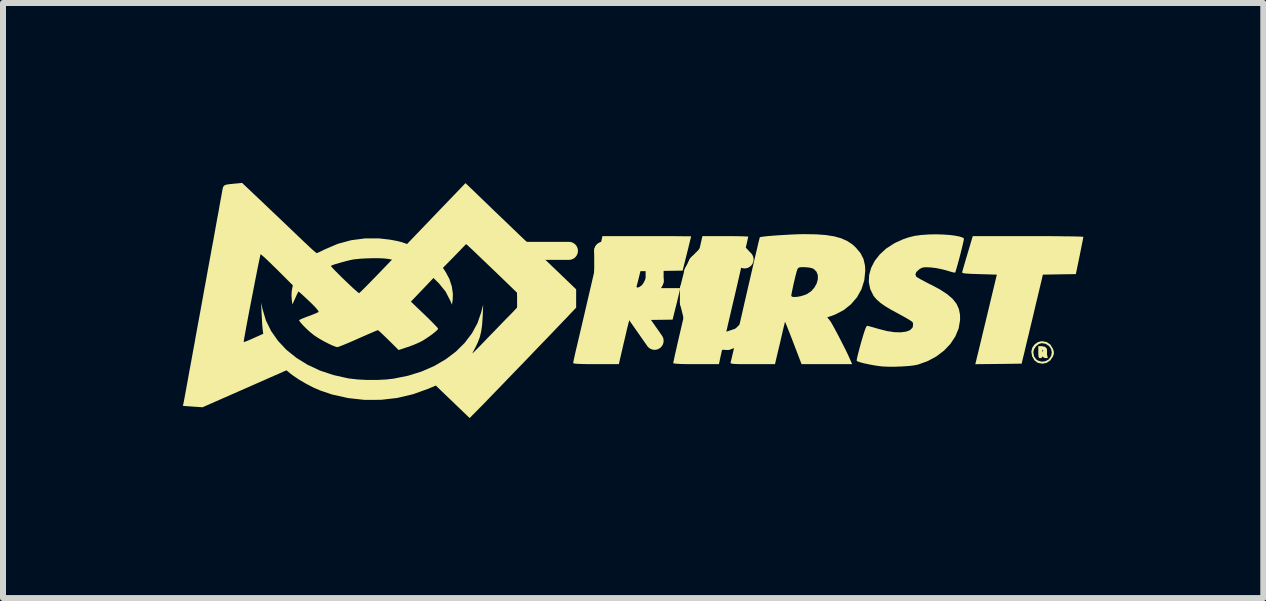
<source format=kicad_pcb>
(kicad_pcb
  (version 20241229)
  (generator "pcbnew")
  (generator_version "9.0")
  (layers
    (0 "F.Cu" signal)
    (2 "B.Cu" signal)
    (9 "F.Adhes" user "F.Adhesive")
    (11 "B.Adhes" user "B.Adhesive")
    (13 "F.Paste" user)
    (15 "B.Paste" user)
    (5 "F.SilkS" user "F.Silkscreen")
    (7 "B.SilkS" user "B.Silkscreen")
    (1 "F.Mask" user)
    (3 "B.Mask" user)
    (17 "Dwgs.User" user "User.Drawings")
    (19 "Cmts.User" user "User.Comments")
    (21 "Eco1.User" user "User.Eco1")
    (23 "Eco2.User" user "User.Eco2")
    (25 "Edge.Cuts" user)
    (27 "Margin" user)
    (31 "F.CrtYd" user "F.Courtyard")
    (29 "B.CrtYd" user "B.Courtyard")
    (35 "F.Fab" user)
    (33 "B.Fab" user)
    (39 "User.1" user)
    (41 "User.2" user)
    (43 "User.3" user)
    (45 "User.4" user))
  (footprint "FRC"
    (layer "F.Cu")
    (at 7.507 1.954)
    (property "Reference" "FRC" (at 0 0 0) (layer "F.SilkS") (effects (font (size 1.5 1.5) (thickness 0.3))))
    (attr board_only exclude_from_pos_files exclude_from_bom)
    (fp_poly (pts (xy 6.866 0.778) (xy 6.897 0.81) (xy 6.9 0.861) (xy 6.9 0.863) (xy 6.899 0.908) (xy 6.907 0.938) (xy 6.913 0.96) (xy 6.894 0.967) (xy 6.881 0.967) (xy 6.847 0.96) (xy 6.832 0.946) (xy 6.825 0.934) (xy 6.822 0.946) (xy 6.807 0.963) (xy 6.788 0.967) (xy 6.769 0.964) (xy 6.759 0.948) (xy 6.755 0.912) (xy 6.754 0.867) (xy 6.754 0.841) (xy 6.822 0.841) (xy 6.826 0.862) (xy 6.831 0.863) (xy 6.835 0.84) (xy 6.833 0.831) (xy 6.825 0.824) (xy 6.822 0.841) (xy 6.754 0.841) (xy 6.754 0.767) (xy 6.811 0.767)) (stroke (width 0) (type solid)) (fill yes) (layer "F.SilkS"))
    (fp_poly (pts (xy 6.893 0.698) (xy 6.955 0.741) (xy 6.997 0.809) (xy 6.998 0.81) (xy 7.013 0.858) (xy 7.014 0.893) (xy 7.001 0.934) (xy 6.999 0.938) (xy 6.956 1.003) (xy 6.895 1.045) (xy 6.823 1.06) (xy 6.749 1.046) (xy 6.743 1.044) (xy 6.688 1.002) (xy 6.651 0.937) (xy 6.639 0.867) (xy 6.671 0.867) (xy 6.683 0.937) (xy 6.72 0.988) (xy 6.751 1.009) (xy 6.813 1.026) (xy 6.879 1.016) (xy 6.926 0.988) (xy 6.967 0.933) (xy 6.979 0.872) (xy 6.967 0.814) (xy 6.932 0.764) (xy 6.878 0.729) (xy 6.812 0.717) (xy 6.763 0.732) (xy 6.716 0.769) (xy 6.683 0.819) (xy 6.671 0.867) (xy 6.639 0.867) (xy 6.638 0.858) (xy 6.638 0.858) (xy 6.653 0.794) (xy 6.693 0.738) (xy 6.749 0.699) (xy 6.813 0.684)) (stroke (width 0) (type solid)) (fill yes) (layer "F.SilkS"))
    (fp_poly (pts (xy 1.645 -1.067) (xy 1.741 -1.066) (xy 1.822 -1.064) (xy 1.88 -1.062) (xy 1.913 -1.06) (xy 1.918 -1.058) (xy 1.914 -1.04) (xy 1.904 -0.992) (xy 1.887 -0.918) (xy 1.865 -0.821) (xy 1.838 -0.703) (xy 1.806 -0.568) (xy 1.772 -0.419) (xy 1.735 -0.258) (xy 1.696 -0.09) (xy 1.655 0.084) (xy 1.614 0.26) (xy 1.573 0.435) (xy 1.568 0.459) (xy 1.539 0.579) (xy 1.513 0.694) (xy 1.489 0.797) (xy 1.469 0.883) (xy 1.455 0.947) (xy 1.448 0.98) (xy 1.43 1.067) (xy 1.048 1.067) (xy 0.914 1.067) (xy 0.807 1.065) (xy 0.73 1.061) (xy 0.682 1.056) (xy 0.667 1.051) (xy 0.67 1.034) (xy 0.679 0.993) (xy 0.693 0.926) (xy 0.714 0.834) (xy 0.741 0.714) (xy 0.775 0.567) (xy 0.816 0.391) (xy 0.864 0.185) (xy 0.919 -0.051) (xy 0.981 -0.319) (xy 0.992 -0.367) (xy 1.023 -0.5) (xy 1.053 -0.627) (xy 1.079 -0.741) (xy 1.102 -0.84) (xy 1.12 -0.918) (xy 1.132 -0.97) (xy 1.136 -0.988) (xy 1.154 -1.067) (xy 1.536 -1.067)) (stroke (width 0) (type solid)) (fill yes) (layer "F.SilkS"))
    (fp_poly (pts (xy 6.755 -1.067) (xy 6.916 -1.067) (xy 7.065 -1.066) (xy 7.196 -1.064) (xy 7.308 -1.063) (xy 7.398 -1.061) (xy 7.462 -1.059) (xy 7.498 -1.056) (xy 7.505 -1.055) (xy 7.502 -1.035) (xy 7.493 -0.988) (xy 7.479 -0.92) (xy 7.462 -0.834) (xy 7.443 -0.738) (xy 7.38 -0.434) (xy 7.105 -0.43) (xy 6.83 -0.425) (xy 6.811 -0.342) (xy 6.803 -0.308) (xy 6.788 -0.246) (xy 6.768 -0.161) (xy 6.743 -0.057) (xy 6.715 0.06) (xy 6.685 0.187) (xy 6.654 0.319) (xy 6.622 0.451) (xy 6.592 0.578) (xy 6.563 0.696) (xy 6.538 0.801) (xy 6.518 0.887) (xy 6.502 0.95) (xy 6.498 0.967) (xy 6.476 1.059) (xy 6.089 1.064) (xy 5.703 1.068) (xy 5.715 1.022) (xy 5.721 0.996) (xy 5.734 0.942) (xy 5.754 0.862) (xy 5.778 0.761) (xy 5.807 0.641) (xy 5.839 0.507) (xy 5.874 0.363) (xy 5.895 0.275) (xy 6.063 -0.425) (xy 5.771 -0.434) (xy 5.664 -0.437) (xy 5.587 -0.441) (xy 5.534 -0.445) (xy 5.503 -0.45) (xy 5.487 -0.457) (xy 5.484 -0.466) (xy 5.485 -0.467) (xy 5.491 -0.49) (xy 5.505 -0.54) (xy 5.526 -0.611) (xy 5.551 -0.696) (xy 5.576 -0.78) (xy 5.661 -1.067) (xy 6.583 -1.067)) (stroke (width 0) (type solid)) (fill yes) (layer "F.SilkS"))
    (fp_poly (pts (xy 0.381 -1.067) (xy 0.523 -1.067) (xy 0.652 -1.067) (xy 0.763 -1.066) (xy 0.853 -1.065) (xy 0.919 -1.065) (xy 0.958 -1.064) (xy 0.966 -1.063) (xy 0.962 -1.046) (xy 0.951 -1.003) (xy 0.935 -0.937) (xy 0.915 -0.855) (xy 0.895 -0.776) (xy 0.824 -0.492) (xy 0.472 -0.487) (xy 0.121 -0.483) (xy 0.093 -0.371) (xy 0.078 -0.31) (xy 0.064 -0.259) (xy 0.057 -0.229) (xy 0.056 -0.22) (xy 0.062 -0.213) (xy 0.08 -0.207) (xy 0.113 -0.204) (xy 0.166 -0.202) (xy 0.242 -0.201) (xy 0.345 -0.2) (xy 0.415 -0.2) (xy 0.783 -0.2) (xy 0.773 -0.148) (xy 0.764 -0.111) (xy 0.75 -0.051) (xy 0.732 0.025) (xy 0.711 0.109) (xy 0.709 0.115) (xy 0.657 0.325) (xy 0.296 0.33) (xy -0.065 0.334) (xy -0.08 0.388) (xy -0.088 0.421) (xy -0.103 0.48) (xy -0.121 0.56) (xy -0.143 0.653) (xy -0.167 0.755) (xy -0.239 1.067) (xy -0.62 1.067) (xy -0.752 1.067) (xy -0.854 1.065) (xy -0.927 1.062) (xy -0.974 1.058) (xy -0.997 1.052) (xy -1.001 1.048) (xy -0.997 1.026) (xy -0.987 0.977) (xy -0.972 0.909) (xy -0.953 0.826) (xy -0.943 0.785) (xy -0.909 0.64) (xy -0.872 0.482) (xy -0.833 0.316) (xy -0.793 0.144) (xy -0.753 -0.028) (xy -0.713 -0.199) (xy -0.675 -0.363) (xy -0.639 -0.518) (xy -0.606 -0.66) (xy -0.577 -0.784) (xy -0.553 -0.889) (xy -0.535 -0.969) (xy -0.523 -1.021) (xy -0.521 -1.03) (xy -0.513 -1.067) (xy 0.227 -1.067)) (stroke (width 0) (type solid)) (fill yes) (layer "F.SilkS"))
    (fp_poly (pts (xy 3.053 -1.097) (xy 3.215 -1.085) (xy 3.352 -1.063) (xy 3.468 -1.031) (xy 3.566 -0.987) (xy 3.652 -0.931) (xy 3.711 -0.877) (xy 3.79 -0.783) (xy 3.84 -0.685) (xy 3.865 -0.575) (xy 3.869 -0.49) (xy 3.853 -0.332) (xy 3.807 -0.184) (xy 3.733 -0.05) (xy 3.633 0.067) (xy 3.51 0.166) (xy 3.365 0.241) (xy 3.298 0.266) (xy 3.235 0.286) (xy 3.273 0.332) (xy 3.294 0.362) (xy 3.326 0.417) (xy 3.366 0.49) (xy 3.412 0.576) (xy 3.46 0.669) (xy 3.508 0.763) (xy 3.553 0.852) (xy 3.59 0.931) (xy 3.608 0.971) (xy 3.651 1.067) (xy 3.229 1.067) (xy 2.807 1.067) (xy 2.697 0.78) (xy 2.66 0.683) (xy 2.625 0.592) (xy 2.594 0.514) (xy 2.571 0.456) (xy 2.559 0.425) (xy 2.531 0.359) (xy 2.499 0.492) (xy 2.483 0.561) (xy 2.462 0.652) (xy 2.439 0.751) (xy 2.416 0.846) (xy 2.364 1.067) (xy 1.99 1.067) (xy 1.869 1.067) (xy 1.777 1.067) (xy 1.711 1.065) (xy 1.666 1.062) (xy 1.64 1.058) (xy 1.626 1.052) (xy 1.623 1.044) (xy 1.624 1.038) (xy 1.631 1.013) (xy 1.644 0.957) (xy 1.664 0.872) (xy 1.691 0.757) (xy 1.724 0.615) (xy 1.763 0.447) (xy 1.808 0.254) (xy 1.857 0.038) (xy 1.882 -0.07) (xy 2.635 -0.07) (xy 2.65 -0.056) (xy 2.688 -0.052) (xy 2.742 -0.056) (xy 2.803 -0.068) (xy 2.865 -0.088) (xy 2.896 -0.101) (xy 2.967 -0.148) (xy 3.021 -0.209) (xy 3.059 -0.277) (xy 3.078 -0.348) (xy 3.078 -0.416) (xy 3.056 -0.474) (xy 3.013 -0.518) (xy 2.983 -0.532) (xy 2.935 -0.543) (xy 2.872 -0.549) (xy 2.841 -0.55) (xy 2.788 -0.549) (xy 2.758 -0.541) (xy 2.742 -0.523) (xy 2.735 -0.507) (xy 2.724 -0.473) (xy 2.709 -0.416) (xy 2.692 -0.345) (xy 2.674 -0.269) (xy 2.658 -0.194) (xy 2.645 -0.131) (xy 2.637 -0.086) (xy 2.635 -0.07) (xy 1.882 -0.07) (xy 1.912 -0.2) (xy 1.972 -0.46) (xy 1.987 -0.525) (xy 2.016 -0.652) (xy 2.043 -0.767) (xy 2.067 -0.868) (xy 2.086 -0.95) (xy 2.101 -1.009) (xy 2.109 -1.042) (xy 2.111 -1.048) (xy 2.131 -1.054) (xy 2.178 -1.06) (xy 2.249 -1.068) (xy 2.336 -1.075) (xy 2.434 -1.082) (xy 2.538 -1.088) (xy 2.642 -1.094) (xy 2.741 -1.098) (xy 2.829 -1.1) (xy 2.862 -1.1)) (stroke (width 0) (type solid)) (fill yes) (layer "F.SilkS"))
    (fp_poly (pts (xy 5.166 -1.094) (xy 5.267 -1.087) (xy 5.358 -1.076) (xy 5.433 -1.062) (xy 5.486 -1.046) (xy 5.513 -1.029) (xy 5.514 -1.027) (xy 5.512 -1.006) (xy 5.502 -0.96) (xy 5.487 -0.895) (xy 5.468 -0.818) (xy 5.447 -0.734) (xy 5.425 -0.652) (xy 5.404 -0.576) (xy 5.386 -0.514) (xy 5.373 -0.472) (xy 5.366 -0.458) (xy 5.349 -0.46) (xy 5.308 -0.47) (xy 5.25 -0.487) (xy 5.228 -0.494) (xy 5.142 -0.516) (xy 5.047 -0.535) (xy 4.962 -0.545) (xy 4.893 -0.548) (xy 4.846 -0.547) (xy 4.813 -0.539) (xy 4.782 -0.522) (xy 4.77 -0.514) (xy 4.721 -0.47) (xy 4.705 -0.428) (xy 4.72 -0.391) (xy 4.742 -0.376) (xy 4.788 -0.349) (xy 4.852 -0.315) (xy 4.928 -0.275) (xy 4.963 -0.258) (xy 5.114 -0.178) (xy 5.234 -0.1) (xy 5.325 -0.022) (xy 5.39 0.06) (xy 5.43 0.148) (xy 5.449 0.245) (xy 5.45 0.333) (xy 5.426 0.472) (xy 5.371 0.605) (xy 5.289 0.729) (xy 5.183 0.841) (xy 5.055 0.938) (xy 4.909 1.017) (xy 4.747 1.075) (xy 4.745 1.075) (xy 4.676 1.089) (xy 4.584 1.099) (xy 4.476 1.106) (xy 4.363 1.11) (xy 4.254 1.11) (xy 4.157 1.106) (xy 4.103 1.1) (xy 4.011 1.086) (xy 3.922 1.069) (xy 3.843 1.052) (xy 3.78 1.035) (xy 3.739 1.02) (xy 3.726 1.01) (xy 3.728 0.989) (xy 3.738 0.941) (xy 3.755 0.873) (xy 3.777 0.789) (xy 3.799 0.709) (xy 3.831 0.599) (xy 3.856 0.519) (xy 3.876 0.465) (xy 3.891 0.436) (xy 3.903 0.428) (xy 3.929 0.434) (xy 3.978 0.447) (xy 4.044 0.466) (xy 4.103 0.483) (xy 4.233 0.516) (xy 4.353 0.534) (xy 4.459 0.537) (xy 4.547 0.526) (xy 4.613 0.502) (xy 4.654 0.463) (xy 4.663 0.44) (xy 4.666 0.397) (xy 4.659 0.368) (xy 4.638 0.351) (xy 4.594 0.323) (xy 4.532 0.287) (xy 4.458 0.246) (xy 4.434 0.233) (xy 4.305 0.163) (xy 4.202 0.102) (xy 4.123 0.046) (xy 4.062 -0.007) (xy 4.016 -0.06) (xy 4.005 -0.076) (xy 3.952 -0.185) (xy 3.928 -0.301) (xy 3.934 -0.42) (xy 3.967 -0.538) (xy 4.026 -0.653) (xy 4.11 -0.761) (xy 4.217 -0.859) (xy 4.346 -0.943) (xy 4.395 -0.968) (xy 4.498 -1.014) (xy 4.594 -1.047) (xy 4.692 -1.071) (xy 4.801 -1.086) (xy 4.932 -1.095) (xy 4.956 -1.096) (xy 5.06 -1.097)) (stroke (width 0) (type solid)) (fill yes) (layer "F.SilkS"))
    (fp_poly (pts (xy -6.224 -1.674) (xy -6.07 -1.527) (xy -5.935 -1.399) (xy -5.813 -1.283) (xy -5.699 -1.174) (xy -5.588 -1.068) (xy -5.474 -0.959) (xy -5.459 -0.946) (xy -5.397 -0.887) (xy -5.344 -0.838) (xy -5.303 -0.803) (xy -5.28 -0.785) (xy -5.277 -0.784) (xy -5.256 -0.791) (xy -5.215 -0.81) (xy -5.159 -0.838) (xy -5.137 -0.848) (xy -4.927 -0.938) (xy -4.703 -0.999) (xy -4.471 -1.029) (xy -4.234 -1.029) (xy -4.06 -1.009) (xy -3.983 -0.995) (xy -3.91 -0.98) (xy -3.853 -0.965) (xy -3.84 -0.96) (xy -3.77 -0.936) (xy -3.283 -1.444) (xy -2.796 -1.951) (xy -2.636 -1.798) (xy -2.532 -1.697) (xy -2.433 -1.602) (xy -2.336 -1.508) (xy -2.237 -1.413) (xy -2.133 -1.314) (xy -2.02 -1.205) (xy -1.895 -1.085) (xy -1.754 -0.951) (xy -1.594 -0.797) (xy -1.53 -0.736) (xy -0.951 -0.18) (xy -0.951 -0.028) (xy -0.951 0.125) (xy -1.054 0.233) (xy -1.102 0.285) (xy -1.171 0.356) (xy -1.256 0.445) (xy -1.354 0.548) (xy -1.464 0.662) (xy -1.582 0.784) (xy -1.704 0.912) (xy -1.829 1.042) (xy -1.953 1.17) (xy -2.074 1.295) (xy -2.188 1.414) (xy -2.293 1.522) (xy -2.385 1.617) (xy -2.462 1.697) (xy -2.521 1.758) (xy -2.551 1.788) (xy -2.727 1.966) (xy -3.009 1.695) (xy -3.291 1.424) (xy -3.418 1.478) (xy -3.671 1.569) (xy -3.935 1.631) (xy -4.206 1.662) (xy -4.48 1.663) (xy -4.752 1.633) (xy -5.018 1.574) (xy -5.214 1.508) (xy -5.328 1.459) (xy -5.45 1.396) (xy -5.568 1.327) (xy -5.671 1.258) (xy -5.713 1.226) (xy -5.781 1.17) (xy -6.48 1.478) (xy -7.18 1.786) (xy -7.343 1.775) (xy -7.507 1.763) (xy -7.498 1.72) (xy -7.493 1.696) (xy -7.483 1.642) (xy -7.468 1.562) (xy -7.449 1.457) (xy -7.426 1.331) (xy -7.4 1.186) (xy -7.37 1.026) (xy -7.339 0.854) (xy -7.31 0.698) (xy -6.494 0.698) (xy -6.494 0.699) (xy -6.477 0.695) (xy -6.437 0.68) (xy -6.379 0.656) (xy -6.328 0.633) (xy -6.168 0.561) (xy -6.177 0.493) (xy -6.182 0.449) (xy -6.187 0.381) (xy -6.191 0.3) (xy -6.195 0.233) (xy -6.203 0.042) (xy -6.18 0.15) (xy -6.124 0.338) (xy -6.037 0.515) (xy -5.922 0.679) (xy -5.782 0.828) (xy -5.617 0.961) (xy -5.43 1.077) (xy -5.223 1.174) (xy -4.998 1.249) (xy -4.756 1.303) (xy -4.725 1.308) (xy -4.589 1.323) (xy -4.434 1.331) (xy -4.272 1.331) (xy -4.117 1.323) (xy -3.994 1.309) (xy -3.752 1.26) (xy -3.525 1.189) (xy -3.315 1.097) (xy -3.124 0.985) (xy -2.955 0.857) (xy -2.809 0.712) (xy -2.689 0.554) (xy -2.596 0.383) (xy -2.535 0.206) (xy -2.501 0.075) (xy -2.51 0.277) (xy -2.519 0.413) (xy -2.535 0.525) (xy -2.559 0.622) (xy -2.594 0.712) (xy -2.622 0.771) (xy -2.65 0.825) (xy -2.672 0.868) (xy -2.683 0.89) (xy -2.683 0.89) (xy -2.674 0.883) (xy -2.646 0.856) (xy -2.602 0.812) (xy -2.545 0.754) (xy -2.491 0.698) (xy -2.408 0.611) (xy -2.31 0.511) (xy -2.21 0.407) (xy -2.116 0.31) (xy -2.079 0.273) (xy -2.009 0.201) (xy -1.946 0.135) (xy -1.894 0.079) (xy -1.858 0.04) (xy -1.842 0.02) (xy -1.837 0.01) (xy -1.837 -0.003) (xy -1.846 -0.021) (xy -1.866 -0.047) (xy -1.898 -0.083) (xy -1.946 -0.132) (xy -2.011 -0.196) (xy -2.096 -0.278) (xy -2.181 -0.36) (xy -2.317 -0.491) (xy -2.431 -0.6) (xy -2.525 -0.69) (xy -2.601 -0.763) (xy -2.66 -0.819) (xy -2.705 -0.862) (xy -2.739 -0.893) (xy -2.761 -0.914) (xy -2.776 -0.926) (xy -2.784 -0.932) (xy -2.788 -0.933) (xy -2.789 -0.932) (xy -2.802 -0.918) (xy -2.834 -0.885) (xy -2.881 -0.836) (xy -2.94 -0.775) (xy -2.983 -0.731) (xy -3.172 -0.538) (xy -3.128 -0.471) (xy -3.065 -0.354) (xy -3.024 -0.228) (xy -3.006 -0.102) (xy -3.01 -0.004) (xy -3.022 0.075) (xy -3.05 0.008) (xy -3.128 -0.143) (xy -3.235 -0.275) (xy -3.248 -0.289) (xy -3.33 -0.369) (xy -3.518 -0.172) (xy -3.706 0.025) (xy -3.479 0.242) (xy -3.408 0.311) (xy -3.346 0.373) (xy -3.297 0.424) (xy -3.264 0.459) (xy -3.252 0.476) (xy -3.252 0.476) (xy -3.265 0.496) (xy -3.3 0.528) (xy -3.351 0.569) (xy -3.411 0.612) (xy -3.475 0.654) (xy -3.519 0.681) (xy -3.579 0.711) (xy -3.657 0.744) (xy -3.738 0.775) (xy -3.761 0.782) (xy -3.911 0.832) (xy -4.078 0.666) (xy -4.139 0.607) (xy -4.191 0.557) (xy -4.231 0.52) (xy -4.254 0.502) (xy -4.257 0.5) (xy -4.275 0.507) (xy -4.319 0.525) (xy -4.384 0.553) (xy -4.465 0.588) (xy -4.558 0.629) (xy -4.587 0.642) (xy -4.684 0.685) (xy -4.771 0.722) (xy -4.844 0.752) (xy -4.898 0.773) (xy -4.928 0.783) (xy -4.931 0.784) (xy -4.966 0.775) (xy -5.022 0.753) (xy -5.091 0.72) (xy -5.166 0.681) (xy -5.239 0.639) (xy -5.303 0.598) (xy -5.332 0.577) (xy -5.385 0.534) (xy -5.44 0.484) (xy -5.492 0.433) (xy -5.535 0.386) (xy -5.563 0.351) (xy -5.57 0.335) (xy -5.556 0.325) (xy -5.516 0.307) (xy -5.459 0.284) (xy -5.416 0.268) (xy -5.348 0.243) (xy -5.292 0.22) (xy -5.255 0.203) (xy -5.245 0.197) (xy -5.25 0.179) (xy -5.279 0.142) (xy -5.331 0.086) (xy -5.403 0.016) (xy -5.465 -0.042) (xy -5.518 -0.091) (xy -5.557 -0.126) (xy -5.579 -0.143) (xy -5.581 -0.145) (xy -5.59 -0.128) (xy -5.609 -0.09) (xy -5.633 -0.037) (xy -5.634 -0.034) (xy -5.682 0.072) (xy -5.693 -0.011) (xy -5.697 -0.08) (xy -5.693 -0.151) (xy -5.69 -0.17) (xy -5.675 -0.247) (xy -5.939 -0.511) (xy -6.002 -0.572) (xy -5.04 -0.572) (xy -5.033 -0.56) (xy -5.005 -0.528) (xy -4.962 -0.483) (xy -4.907 -0.428) (xy -4.845 -0.366) (xy -4.78 -0.304) (xy -4.717 -0.244) (xy -4.66 -0.191) (xy -4.613 -0.15) (xy -4.581 -0.123) (xy -4.57 -0.116) (xy -4.556 -0.128) (xy -4.523 -0.16) (xy -4.473 -0.209) (xy -4.411 -0.272) (xy -4.338 -0.347) (xy -4.291 -0.395) (xy -4.021 -0.675) (xy -4.083 -0.687) (xy -4.15 -0.695) (xy -4.241 -0.699) (xy -4.345 -0.699) (xy -4.454 -0.696) (xy -4.556 -0.69) (xy -4.644 -0.681) (xy -4.683 -0.675) (xy -4.75 -0.66) (xy -4.826 -0.64) (xy -4.902 -0.619) (xy -4.97 -0.599) (xy -5.02 -0.581) (xy -5.04 -0.572) (xy -6.002 -0.572) (xy -6.016 -0.586) (xy -6.084 -0.652) (xy -6.141 -0.706) (xy -6.184 -0.744) (xy -6.208 -0.764) (xy -6.212 -0.765) (xy -6.217 -0.747) (xy -6.227 -0.701) (xy -6.242 -0.63) (xy -6.261 -0.538) (xy -6.282 -0.43) (xy -6.306 -0.31) (xy -6.331 -0.181) (xy -6.357 -0.047) (xy -6.383 0.087) (xy -6.408 0.217) (xy -6.431 0.34) (xy -6.452 0.451) (xy -6.469 0.546) (xy -6.483 0.622) (xy -6.491 0.674) (xy -6.494 0.698) (xy -7.31 0.698) (xy -7.306 0.672) (xy -7.296 0.617) (xy -7.26 0.419) (xy -7.223 0.22) (xy -7.187 0.023) (xy -7.153 -0.167) (xy -7.12 -0.345) (xy -7.091 -0.507) (xy -7.065 -0.649) (xy -7.043 -0.767) (xy -7.028 -0.851) (xy -7.004 -0.979) (xy -6.98 -1.112) (xy -6.957 -1.241) (xy -6.936 -1.357) (xy -6.918 -1.452) (xy -6.912 -1.484) (xy -6.896 -1.578) (xy -6.879 -1.67) (xy -6.864 -1.751) (xy -6.854 -1.809) (xy -6.853 -1.813) (xy -6.845 -1.86) (xy -6.834 -1.892) (xy -6.817 -1.912) (xy -6.786 -1.925) (xy -6.736 -1.933) (xy -6.66 -1.941) (xy -6.633 -1.943) (xy -6.52 -1.954)) (stroke (width 0) (type solid)) (fill yes) (layer "F.SilkS")))
  (gr_rect
    (start -3 -3)
    (end 18.012 6.921)
    (stroke (width 0.1) (type default))
    (fill no)
    (layer "Edge.Cuts")))
</source>
